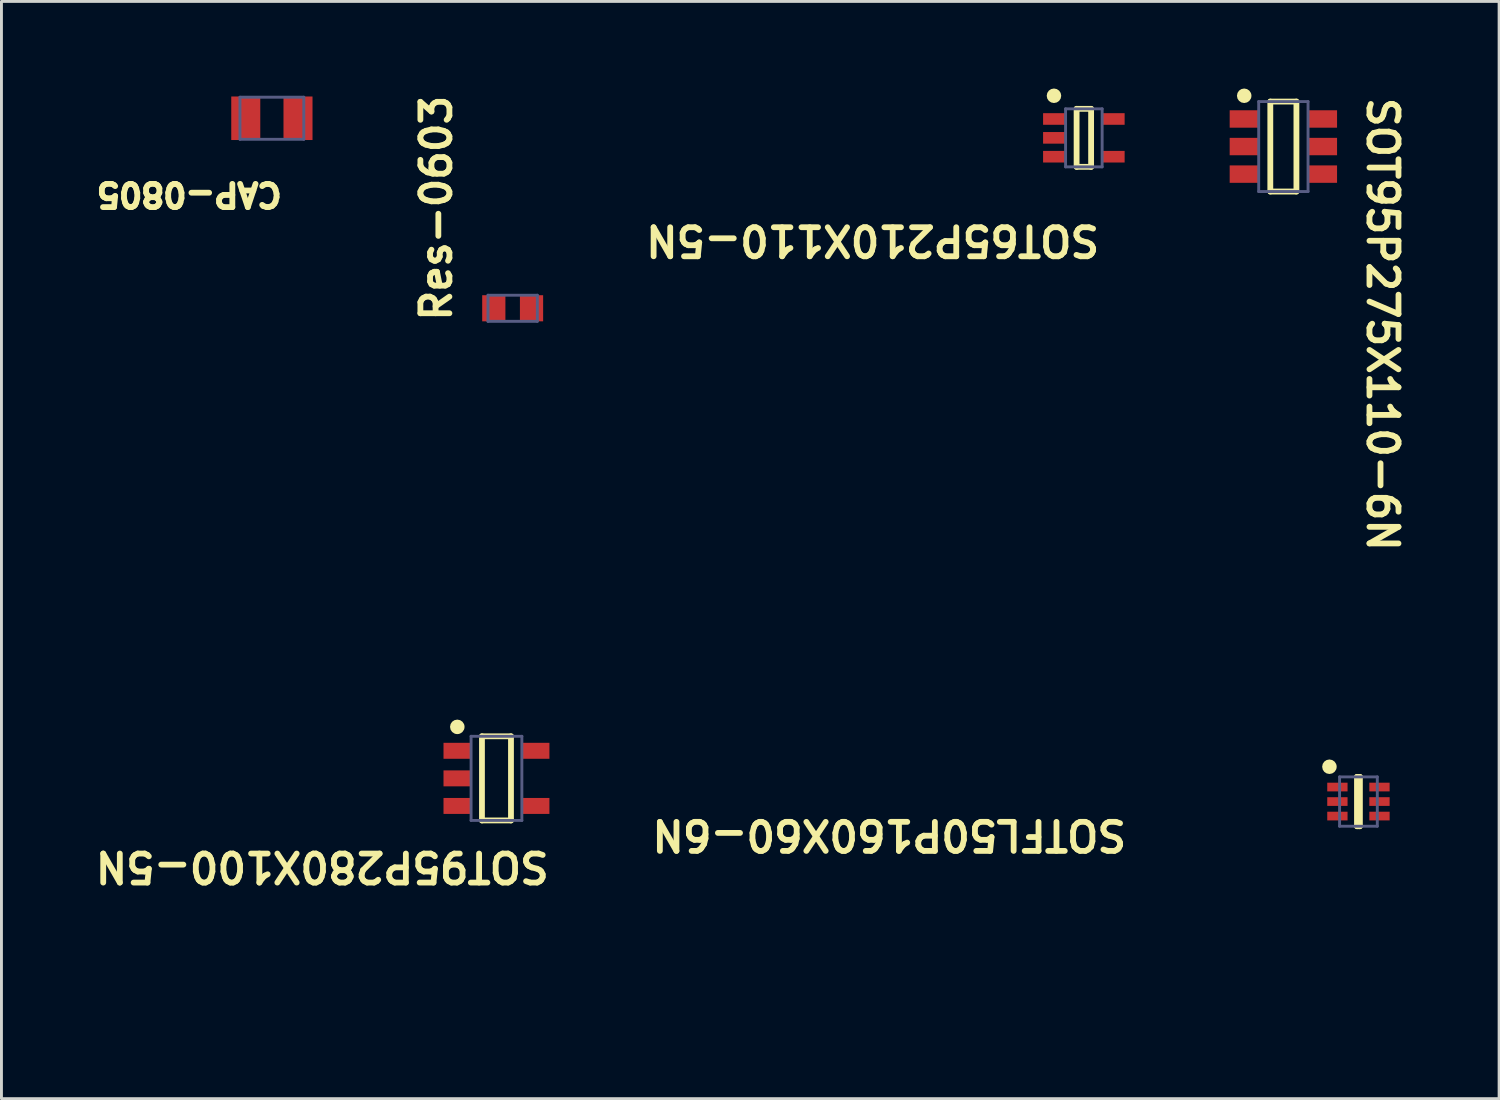
<source format=kicad_pcb>
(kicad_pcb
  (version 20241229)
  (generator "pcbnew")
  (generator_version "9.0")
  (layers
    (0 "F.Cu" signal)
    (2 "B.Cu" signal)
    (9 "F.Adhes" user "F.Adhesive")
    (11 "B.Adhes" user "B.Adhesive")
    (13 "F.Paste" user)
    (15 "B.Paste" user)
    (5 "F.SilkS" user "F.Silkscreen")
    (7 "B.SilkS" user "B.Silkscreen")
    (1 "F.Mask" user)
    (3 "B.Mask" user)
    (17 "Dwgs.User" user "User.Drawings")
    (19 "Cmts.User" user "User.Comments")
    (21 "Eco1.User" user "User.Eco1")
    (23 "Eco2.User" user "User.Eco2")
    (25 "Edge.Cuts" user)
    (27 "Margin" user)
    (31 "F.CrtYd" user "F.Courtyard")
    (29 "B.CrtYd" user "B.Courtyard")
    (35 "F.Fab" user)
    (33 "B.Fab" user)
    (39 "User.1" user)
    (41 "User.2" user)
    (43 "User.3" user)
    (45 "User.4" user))
  (footprint "SOT95P275X110-6N"
    (layer "F.Cu")
    (at 41.174 2)
    (property "Reference" "SOT95P275X110-6N" (at 2.834 -1.789 270) (unlocked yes) (layer "F.SilkS") (effects (font (size 1 1) (thickness 0.2)) (justify left bottom)))
    (fp_line (start -0.45 -1.55) (end -0.45 1.55) (stroke (width 0.2) (type solid)) (layer "F.SilkS"))
    (fp_line (start -0.45 -1.55) (end 0.45 -1.55) (stroke (width 0.2) (type solid)) (layer "F.SilkS"))
    (fp_line (start -0.45 1.55) (end 0.45 1.55) (stroke (width 0.2) (type solid)) (layer "F.SilkS"))
    (fp_line (start 0.45 -1.55) (end 0.45 1.55) (stroke (width 0.2) (type solid)) (layer "F.SilkS"))
    (fp_circle (center -1.35 -1.75) (end -1.225 -1.75) (stroke (width 0.25) (type solid)) (fill no) (layer "F.SilkS"))
    (fp_line (start -2.1 -1.8) (end -2.1 1.8) (stroke (width 0.05) (type solid)) (layer "Eco1.User"))
    (fp_line (start -2.1 -1.8) (end 2.1 -1.8) (stroke (width 0.05) (type solid)) (layer "Eco1.User"))
    (fp_line (start -2.1 1.8) (end 2.1 1.8) (stroke (width 0.05) (type solid)) (layer "Eco1.User"))
    (fp_line (start -0.5 0) (end 0.5 0) (stroke (width 0.1) (type solid)) (layer "Eco1.User"))
    (fp_line (start 0 -0.5) (end 0 0.5) (stroke (width 0.1) (type solid)) (layer "Eco1.User"))
    (fp_line (start 2.1 -1.8) (end 2.1 1.8) (stroke (width 0.05) (type solid)) (layer "Eco1.User"))
    (fp_line (start -0.85 -1.55) (end -0.85 1.55) (stroke (width 0.1) (type solid)) (layer "B.Fab"))
    (fp_line (start -0.85 -1.55) (end 0.85 -1.55) (stroke (width 0.1) (type solid)) (layer "B.Fab"))
    (fp_line (start -0.85 1.55) (end 0.85 1.55) (stroke (width 0.1) (type solid)) (layer "B.Fab"))
    (fp_line (start 0.85 -1.55) (end 0.85 1.55) (stroke (width 0.1) (type solid)) (layer "B.Fab"))
    (fp_text user "${REFERENCE}" (at 0.145 2.63 90) (unlocked yes) (layer "User.2") (effects (font (size 0.55 0.55) (thickness 0.254))))
    (pad "1" smd rect (at -1.35 -0.95 90) (size 0.6 1) (layers "F.Cu" "F.Mask" "F.Paste"))
    (pad "2" smd rect (at -1.35 0 90) (size 0.6 1) (layers "F.Cu" "F.Mask" "F.Paste"))
    (pad "3" smd rect (at -1.35 0.95 90) (size 0.6 1) (layers "F.Cu" "F.Mask" "F.Paste"))
    (pad "4" smd rect (at 1.35 0.95 90) (size 0.6 1) (layers "F.Cu" "F.Mask" "F.Paste"))
    (pad "5" smd rect (at 1.35 0 90) (size 0.6 1) (layers "F.Cu" "F.Mask" "F.Paste"))
    (pad "6" smd rect (at 1.35 -0.95 90) (size 0.6 1) (layers "F.Cu" "F.Mask" "F.Paste")))
  (footprint "Res-0603"
    (layer "F.Cu")
    (at 14.616 7.573)
    (property "Reference" "Res-0603" (at -2.047 0.541 90) (unlocked yes) (layer "F.SilkS") (effects (font (size 1 1) (thickness 0.2)) (justify left bottom)))
    (fp_line (start -1.3 0.7) (end -1.3 -0.7) (stroke (width 0.1) (type solid)) (layer "Eco1.User"))
    (fp_line (start 1.3 -0.7) (end -1.3 -0.7) (stroke (width 0.1) (type solid)) (layer "Eco1.User"))
    (fp_line (start 1.3 0.7) (end -1.3 0.7) (stroke (width 0.1) (type solid)) (layer "Eco1.User"))
    (fp_line (start 1.3 0.7) (end 1.3 -0.7) (stroke (width 0.1) (type solid)) (layer "Eco1.User"))
    (fp_line (start -0.85 0.45) (end -0.85 -0.45) (stroke (width 0.1) (type solid)) (layer "B.Fab"))
    (fp_line (start 0.85 -0.45) (end -0.85 -0.45) (stroke (width 0.1) (type solid)) (layer "B.Fab"))
    (fp_line (start 0.85 0.45) (end -0.85 0.45) (stroke (width 0.1) (type solid)) (layer "B.Fab"))
    (fp_line (start 0.85 0.45) (end 0.85 -0.45) (stroke (width 0.1) (type solid)) (layer "B.Fab"))
    (fp_text user "${REFERENCE}" (at -1.175 0.375 0) (unlocked yes) (layer "User.2") (effects (font (size 0.55 0.55) (thickness 0.254))))
    (pad "1" smd rect (at -0.65 0 90) (size 0.9 0.8) (layers "F.Cu" "F.Mask" "F.Paste"))
    (pad "2" smd rect (at 0.65 0 90) (size 0.9 0.8) (layers "F.Cu" "F.Mask" "F.Paste")))
  (footprint "SOTFL50P160X60-6N"
    (layer "F.Cu")
    (at 43.761 24.571)
    (property "Reference" "SOTFL50P160X60-6N" (at -7.893 0.567 180) (unlocked yes) (layer "F.SilkS") (effects (font (size 1 1) (thickness 0.2)) (justify left bottom)))
    (fp_line (start -0.05 -0.85) (end -0.05 0.85) (stroke (width 0.2) (type solid)) (layer "F.SilkS"))
    (fp_line (start 0.05 -0.85) (end -0.05 -0.85) (stroke (width 0.2) (type solid)) (layer "F.SilkS"))
    (fp_line (start 0.05 -0.85) (end 0.05 0.85) (stroke (width 0.2) (type solid)) (layer "F.SilkS"))
    (fp_line (start 0.05 0.85) (end -0.05 0.85) (stroke (width 0.2) (type solid)) (layer "F.SilkS"))
    (fp_circle (center -1 -1.2) (end -1 -1.075) (stroke (width 0.25) (type solid)) (fill no) (layer "F.SilkS"))
    (fp_line (start -1.225 -1) (end -1.225 1) (stroke (width 0.1) (type solid)) (layer "Eco1.User"))
    (fp_line (start 0 -0.5) (end 0 0.5) (stroke (width 0.1) (type solid)) (layer "Eco1.User"))
    (fp_line (start 0.5 0) (end -0.5 0) (stroke (width 0.1) (type solid)) (layer "Eco1.User"))
    (fp_line (start 1.225 -1) (end -1.225 -1) (stroke (width 0.1) (type solid)) (layer "Eco1.User"))
    (fp_line (start 1.225 -1) (end 1.225 1) (stroke (width 0.1) (type solid)) (layer "Eco1.User"))
    (fp_line (start 1.225 1) (end -1.225 1) (stroke (width 0.1) (type solid)) (layer "Eco1.User"))
    (fp_line (start -0.65 -0.85) (end -0.65 0.85) (stroke (width 0.1) (type solid)) (layer "B.Fab"))
    (fp_line (start 0.65 -0.85) (end -0.65 -0.85) (stroke (width 0.1) (type solid)) (layer "B.Fab"))
    (fp_line (start 0.65 -0.85) (end 0.65 0.85) (stroke (width 0.1) (type solid)) (layer "B.Fab"))
    (fp_line (start 0.65 0.85) (end -0.65 0.85) (stroke (width 0.1) (type solid)) (layer "B.Fab"))
    (fp_text user "${REFERENCE}" (at 0.475 0.925 90) (unlocked yes) (layer "User.2") (effects (font (size 0.75 0.75) (thickness 0.254))))
    (pad "1" smd rect (at -0.725 -0.5 90) (size 0.3 0.7) (layers "F.Cu" "F.Mask" "F.Paste"))
    (pad "2" smd rect (at -0.725 0 90) (size 0.3 0.7) (layers "F.Cu" "F.Mask" "F.Paste"))
    (pad "3" smd rect (at -0.725 0.5 90) (size 0.3 0.7) (layers "F.Cu" "F.Mask" "F.Paste"))
    (pad "4" smd rect (at 0.725 0.5 90) (size 0.3 0.7) (layers "F.Cu" "F.Mask" "F.Paste"))
    (pad "5" smd rect (at 0.725 0 90) (size 0.3 0.7) (layers "F.Cu" "F.Mask" "F.Paste"))
    (pad "6" smd rect (at 0.725 -0.5 90) (size 0.3 0.7) (layers "F.Cu" "F.Mask" "F.Paste")))
  (footprint "SOT65P210X110-5N"
    (layer "F.Cu")
    (at 34.299 1.7)
    (property "Reference" "SOT65P210X110-5N" (at 0.639 2.948 180) (unlocked yes) (layer "F.SilkS") (effects (font (size 1 1) (thickness 0.2)) (justify left bottom)))
    (fp_line (start -0.25 -1) (end -0.25 1) (stroke (width 0.2) (type solid)) (layer "F.SilkS"))
    (fp_line (start 0.25 -1) (end -0.25 -1) (stroke (width 0.2) (type solid)) (layer "F.SilkS"))
    (fp_line (start 0.25 -1) (end 0.25 1) (stroke (width 0.2) (type solid)) (layer "F.SilkS"))
    (fp_line (start 0.25 1) (end -0.25 1) (stroke (width 0.2) (type solid)) (layer "F.SilkS"))
    (fp_circle (center -1.03 -1.45) (end -1.03 -1.325) (stroke (width 0.25) (type solid)) (fill no) (layer "F.SilkS"))
    (fp_line (start -1.7 -1.25) (end -1.7 1.25) (stroke (width 0.1) (type solid)) (layer "Eco1.User"))
    (fp_line (start 0 -0.5) (end 0 0.5) (stroke (width 0.1) (type solid)) (layer "Eco1.User"))
    (fp_line (start 0.5 0) (end -0.5 0) (stroke (width 0.1) (type solid)) (layer "Eco1.User"))
    (fp_line (start 1.7 -1.25) (end -1.7 -1.25) (stroke (width 0.1) (type solid)) (layer "Eco1.User"))
    (fp_line (start 1.7 -1.25) (end 1.7 1.25) (stroke (width 0.1) (type solid)) (layer "Eco1.User"))
    (fp_line (start 1.7 1.25) (end -1.7 1.25) (stroke (width 0.1) (type solid)) (layer "Eco1.User"))
    (fp_line (start -0.63 -1) (end -0.63 1) (stroke (width 0.1) (type solid)) (layer "B.Fab"))
    (fp_line (start 0.63 -1) (end -0.63 -1) (stroke (width 0.1) (type solid)) (layer "B.Fab"))
    (fp_line (start 0.63 -1) (end 0.63 1) (stroke (width 0.1) (type solid)) (layer "B.Fab"))
    (fp_line (start 0.63 1) (end -0.63 1) (stroke (width 0.1) (type solid)) (layer "B.Fab"))
    (pad "1" smd rect (at -1.03 -0.65 90) (size 0.4 0.75) (layers "F.Cu" "F.Mask" "F.Paste"))
    (pad "2" smd rect (at -1.03 0 90) (size 0.4 0.75) (layers "F.Cu" "F.Mask" "F.Paste"))
    (pad "3" smd rect (at -1.03 0.65 90) (size 0.4 0.75) (layers "F.Cu" "F.Mask" "F.Paste"))
    (pad "4" smd rect (at 1.03 0.65 90) (size 0.4 0.75) (layers "F.Cu" "F.Mask" "F.Paste"))
    (pad "5" smd rect (at 1.03 -0.65 90) (size 0.4 0.75) (layers "F.Cu" "F.Mask" "F.Paste")))
  (footprint "SOT95P280X100-5N"
    (layer "F.Cu")
    (at 14.058 23.772)
    (property "Reference" "SOT95P280X100-5N" (at 1.914 2.458 180) (unlocked yes) (layer "F.SilkS") (effects (font (size 1 1) (thickness 0.2)) (justify left bottom)))
    (fp_line (start -0.5 -1.45) (end -0.5 1.45) (stroke (width 0.2) (type solid)) (layer "F.SilkS"))
    (fp_line (start 0.5 -1.45) (end -0.5 -1.45) (stroke (width 0.2) (type solid)) (layer "F.SilkS"))
    (fp_line (start 0.5 -1.45) (end 0.5 1.45) (stroke (width 0.2) (type solid)) (layer "F.SilkS"))
    (fp_line (start 0.5 1.45) (end -0.5 1.45) (stroke (width 0.2) (type solid)) (layer "F.SilkS"))
    (fp_circle (center -1.35 -1.775) (end -1.35 -1.65) (stroke (width 0.25) (type solid)) (fill no) (layer "F.SilkS"))
    (fp_line (start -2.075 -1.7) (end -2.075 1.7) (stroke (width 0.1) (type solid)) (layer "Eco1.User"))
    (fp_line (start 0 -0.5) (end 0 0.5) (stroke (width 0.1) (type solid)) (layer "Eco1.User"))
    (fp_line (start 0.5 0) (end -0.5 0) (stroke (width 0.1) (type solid)) (layer "Eco1.User"))
    (fp_line (start 2.075 -1.7) (end -2.075 -1.7) (stroke (width 0.1) (type solid)) (layer "Eco1.User"))
    (fp_line (start 2.075 -1.7) (end 2.075 1.7) (stroke (width 0.1) (type solid)) (layer "Eco1.User"))
    (fp_line (start 2.075 1.7) (end -2.075 1.7) (stroke (width 0.1) (type solid)) (layer "Eco1.User"))
    (fp_line (start -0.875 -1.45) (end -0.875 1.45) (stroke (width 0.1) (type solid)) (layer "B.Fab"))
    (fp_line (start 0.875 -1.45) (end -0.875 -1.45) (stroke (width 0.1) (type solid)) (layer "B.Fab"))
    (fp_line (start 0.875 -1.45) (end 0.875 1.45) (stroke (width 0.1) (type solid)) (layer "B.Fab"))
    (fp_line (start 0.875 1.45) (end -0.875 1.45) (stroke (width 0.1) (type solid)) (layer "B.Fab"))
    (fp_text user "${REFERENCE}" (at 0.325 0.65 90) (unlocked yes) (layer "User.2") (effects (font (size 0.65 0.65) (thickness 0.254))))
    (pad "1" smd rect (at -1.35 -0.95 90) (size 0.55 0.95) (layers "F.Cu" "F.Mask" "F.Paste"))
    (pad "2" smd rect (at -1.35 0 90) (size 0.55 0.95) (layers "F.Cu" "F.Mask" "F.Paste"))
    (pad "3" smd rect (at -1.35 0.95 90) (size 0.55 0.95) (layers "F.Cu" "F.Mask" "F.Paste"))
    (pad "4" smd rect (at 1.35 0.95 90) (size 0.55 0.95) (layers "F.Cu" "F.Mask" "F.Paste"))
    (pad "5" smd rect (at 1.35 -0.95 90) (size 0.55 0.95) (layers "F.Cu" "F.Mask" "F.Paste")))
  (footprint "CAP-0805"
    (layer "F.Cu")
    (at 6.319 1.025)
    (property "Reference" "CAP-0805" (at 0.445 2.153 180) (unlocked yes) (layer "F.SilkS") (effects (font (size 0.8 0.8) (thickness 0.25)) (justify left bottom)))
    (fp_line (start -1.625 -0.975) (end -1.625 0.975) (stroke (width 0.1) (type solid)) (layer "Eco1.User"))
    (fp_line (start 1.6 -0.975) (end -1.625 -0.975) (stroke (width 0.1) (type solid)) (layer "Eco1.User"))
    (fp_line (start 1.6 -0.975) (end 1.6 0.975) (stroke (width 0.1) (type solid)) (layer "Eco1.User"))
    (fp_line (start 1.6 0.975) (end -1.625 0.975) (stroke (width 0.1) (type solid)) (layer "Eco1.User"))
    (fp_line (start -1.1 -0.725) (end -1.1 0.725) (stroke (width 0.1) (type solid)) (layer "B.Fab"))
    (fp_line (start 1.1 -0.725) (end -1.1 -0.725) (stroke (width 0.1) (type solid)) (layer "B.Fab"))
    (fp_line (start 1.1 -0.725) (end 1.1 0.725) (stroke (width 0.1) (type solid)) (layer "B.Fab"))
    (fp_line (start 1.1 0.725) (end -1.1 0.725) (stroke (width 0.1) (type solid)) (layer "B.Fab"))
    (fp_text user "${REFERENCE}" (at -1.1 0.275 0) (unlocked yes) (layer "User.2") (effects (font (size 0.65 0.65) (thickness 0.254))))
    (pad "1" smd rect (at -0.9 0 90) (size 1.5 1) (layers "F.Cu" "F.Mask" "F.Paste"))
    (pad "2" smd rect (at 0.9 0 90) (size 1.5 1) (layers "F.Cu" "F.Mask" "F.Paste")))
  (gr_rect
    (start -3 -3)
    (end 48.608 34.809)
    (stroke (width 0.1) (type default))
    (fill no)
    (layer "Edge.Cuts")))
</source>
